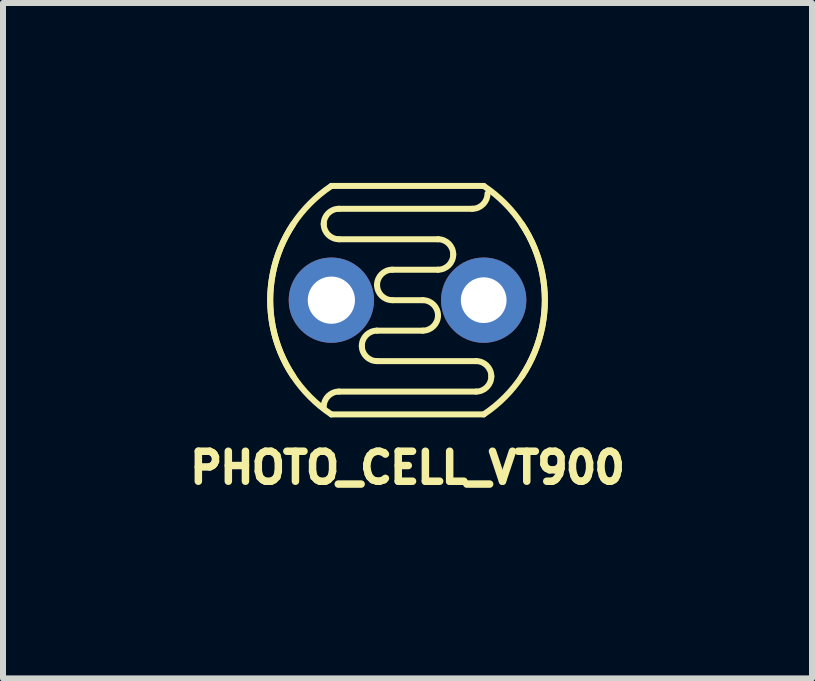
<source format=kicad_pcb>
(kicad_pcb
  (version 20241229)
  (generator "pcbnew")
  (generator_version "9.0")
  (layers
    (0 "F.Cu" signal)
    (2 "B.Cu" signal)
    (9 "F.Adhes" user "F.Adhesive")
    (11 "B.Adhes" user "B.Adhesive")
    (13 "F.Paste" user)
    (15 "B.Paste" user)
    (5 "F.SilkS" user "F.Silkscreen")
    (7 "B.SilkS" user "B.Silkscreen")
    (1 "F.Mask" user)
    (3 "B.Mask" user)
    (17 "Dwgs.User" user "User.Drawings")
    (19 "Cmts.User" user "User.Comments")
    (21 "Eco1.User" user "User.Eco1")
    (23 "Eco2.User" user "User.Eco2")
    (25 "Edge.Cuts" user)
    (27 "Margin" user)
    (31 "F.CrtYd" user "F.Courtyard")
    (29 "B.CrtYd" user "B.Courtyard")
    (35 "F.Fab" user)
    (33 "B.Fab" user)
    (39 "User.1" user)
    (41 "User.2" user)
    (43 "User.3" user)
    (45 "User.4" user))
  (footprint "PHOTO_CELL_VT900"
    (layer "F.Cu")
    (at 3.745 1.955)
    (property "Reference" "PHOTO_CELL_VT900" (at 0 2.794 0) (layer "F.SilkS") (effects (font (size 0.5 0.5) (thickness 0.125))))
    (attr through_hole)
    (fp_line (start -1.27 1.905) (end 1.27 1.905) (stroke (width 0.1) (type solid)) (layer "F.SilkS"))
    (fp_line (start -1.143 -1.524) (end 1.079 -1.524) (stroke (width 0.1) (type solid)) (layer "F.SilkS"))
    (fp_line (start -1.143 1.524) (end 1.143 1.524) (stroke (width 0.1) (type solid)) (layer "F.SilkS"))
    (fp_line (start -0.508 0.508) (end 0.254 0.508) (stroke (width 0.1) (type solid)) (layer "F.SilkS"))
    (fp_line (start -0.254 -0.508) (end 0.508 -0.508) (stroke (width 0.1) (type solid)) (layer "F.SilkS"))
    (fp_line (start -0.254 0) (end 0.254 0) (stroke (width 0.1) (type solid)) (layer "F.SilkS"))
    (fp_line (start 0.508 -1.016) (end -1.143 -1.016) (stroke (width 0.1) (type solid)) (layer "F.SilkS"))
    (fp_line (start 1.143 1.016) (end -0.508 1.016) (stroke (width 0.1) (type solid)) (layer "F.SilkS"))
    (fp_line (start 1.27 -1.905) (end -1.27 -1.905) (stroke (width 0.1) (type solid)) (layer "F.SilkS"))
    (fp_arc (start -1.905 1.27) (mid -2.245064 -0.449013) (end -1.27 -1.905) (stroke (width 0.1) (type solid)) (layer "F.SilkS"))
    (fp_arc (start -1.397 -1.27) (mid -1.322605 -1.449605) (end -1.143 -1.524) (stroke (width 0.1) (type solid)) (layer "F.SilkS"))
    (fp_arc (start -1.397 1.778) (mid -1.322605 1.598395) (end -1.143 1.524) (stroke (width 0.1) (type solid)) (layer "F.SilkS"))
    (fp_arc (start -1.27 1.905) (mid -2.245064 0.449013) (end -1.905 -1.27) (stroke (width 0.1) (type solid)) (layer "F.SilkS"))
    (fp_arc (start -1.143 -1.016) (mid -1.322605 -1.090395) (end -1.397 -1.27) (stroke (width 0.1) (type solid)) (layer "F.SilkS"))
    (fp_arc (start -0.762 0.762) (mid -0.687605 0.582395) (end -0.508 0.508) (stroke (width 0.1) (type solid)) (layer "F.SilkS"))
    (fp_arc (start -0.508 -0.254) (mid -0.433605 -0.433605) (end -0.254 -0.508) (stroke (width 0.1) (type solid)) (layer "F.SilkS"))
    (fp_arc (start -0.508 1.016) (mid -0.687605 0.941605) (end -0.762 0.762) (stroke (width 0.1) (type solid)) (layer "F.SilkS"))
    (fp_arc (start -0.254 0) (mid -0.433605 -0.074395) (end -0.508 -0.254) (stroke (width 0.1) (type solid)) (layer "F.SilkS"))
    (fp_arc (start 0.254 0) (mid 0.433605 0.074395) (end 0.508 0.254) (stroke (width 0.1) (type solid)) (layer "F.SilkS"))
    (fp_arc (start 0.508 -1.016) (mid 0.687605 -0.941605) (end 0.762 -0.762) (stroke (width 0.1) (type solid)) (layer "F.SilkS"))
    (fp_arc (start 0.508 0.254) (mid 0.433605 0.433605) (end 0.254 0.508) (stroke (width 0.1) (type solid)) (layer "F.SilkS"))
    (fp_arc (start 0.762 -0.762) (mid 0.687605 -0.582395) (end 0.508 -0.508) (stroke (width 0.1) (type solid)) (layer "F.SilkS"))
    (fp_arc (start 1.143 1.016) (mid 1.322605 1.090395) (end 1.397 1.27) (stroke (width 0.1) (type solid)) (layer "F.SilkS"))
    (fp_arc (start 1.27 -1.905) (mid 2.245064 -0.449013) (end 1.905 1.27) (stroke (width 0.1) (type solid)) (layer "F.SilkS"))
    (fp_arc (start 1.3335 -1.778) (mid 1.259105 -1.598395) (end 1.0795 -1.524) (stroke (width 0.1) (type solid)) (layer "F.SilkS"))
    (fp_arc (start 1.397 1.27) (mid 1.322605 1.449605) (end 1.143 1.524) (stroke (width 0.1) (type solid)) (layer "F.SilkS"))
    (fp_arc (start 1.905 -1.27) (mid 2.245064 0.449013) (end 1.27 1.905) (stroke (width 0.1) (type solid)) (layer "F.SilkS"))
    (pad "1" thru_hole circle (at -1.27 0) (size 1.422 1.422) (drill 0.787) (layers "*.Cu"))
    (pad "2" thru_hole circle (at 1.27 0) (size 1.422 1.422) (drill 0.762) (layers "*.Cu")))
  (gr_rect
    (start -3 -3)
    (end 10.489 8.261)
    (stroke (width 0.1) (type default))
    (fill no)
    (layer "Edge.Cuts")))
</source>
